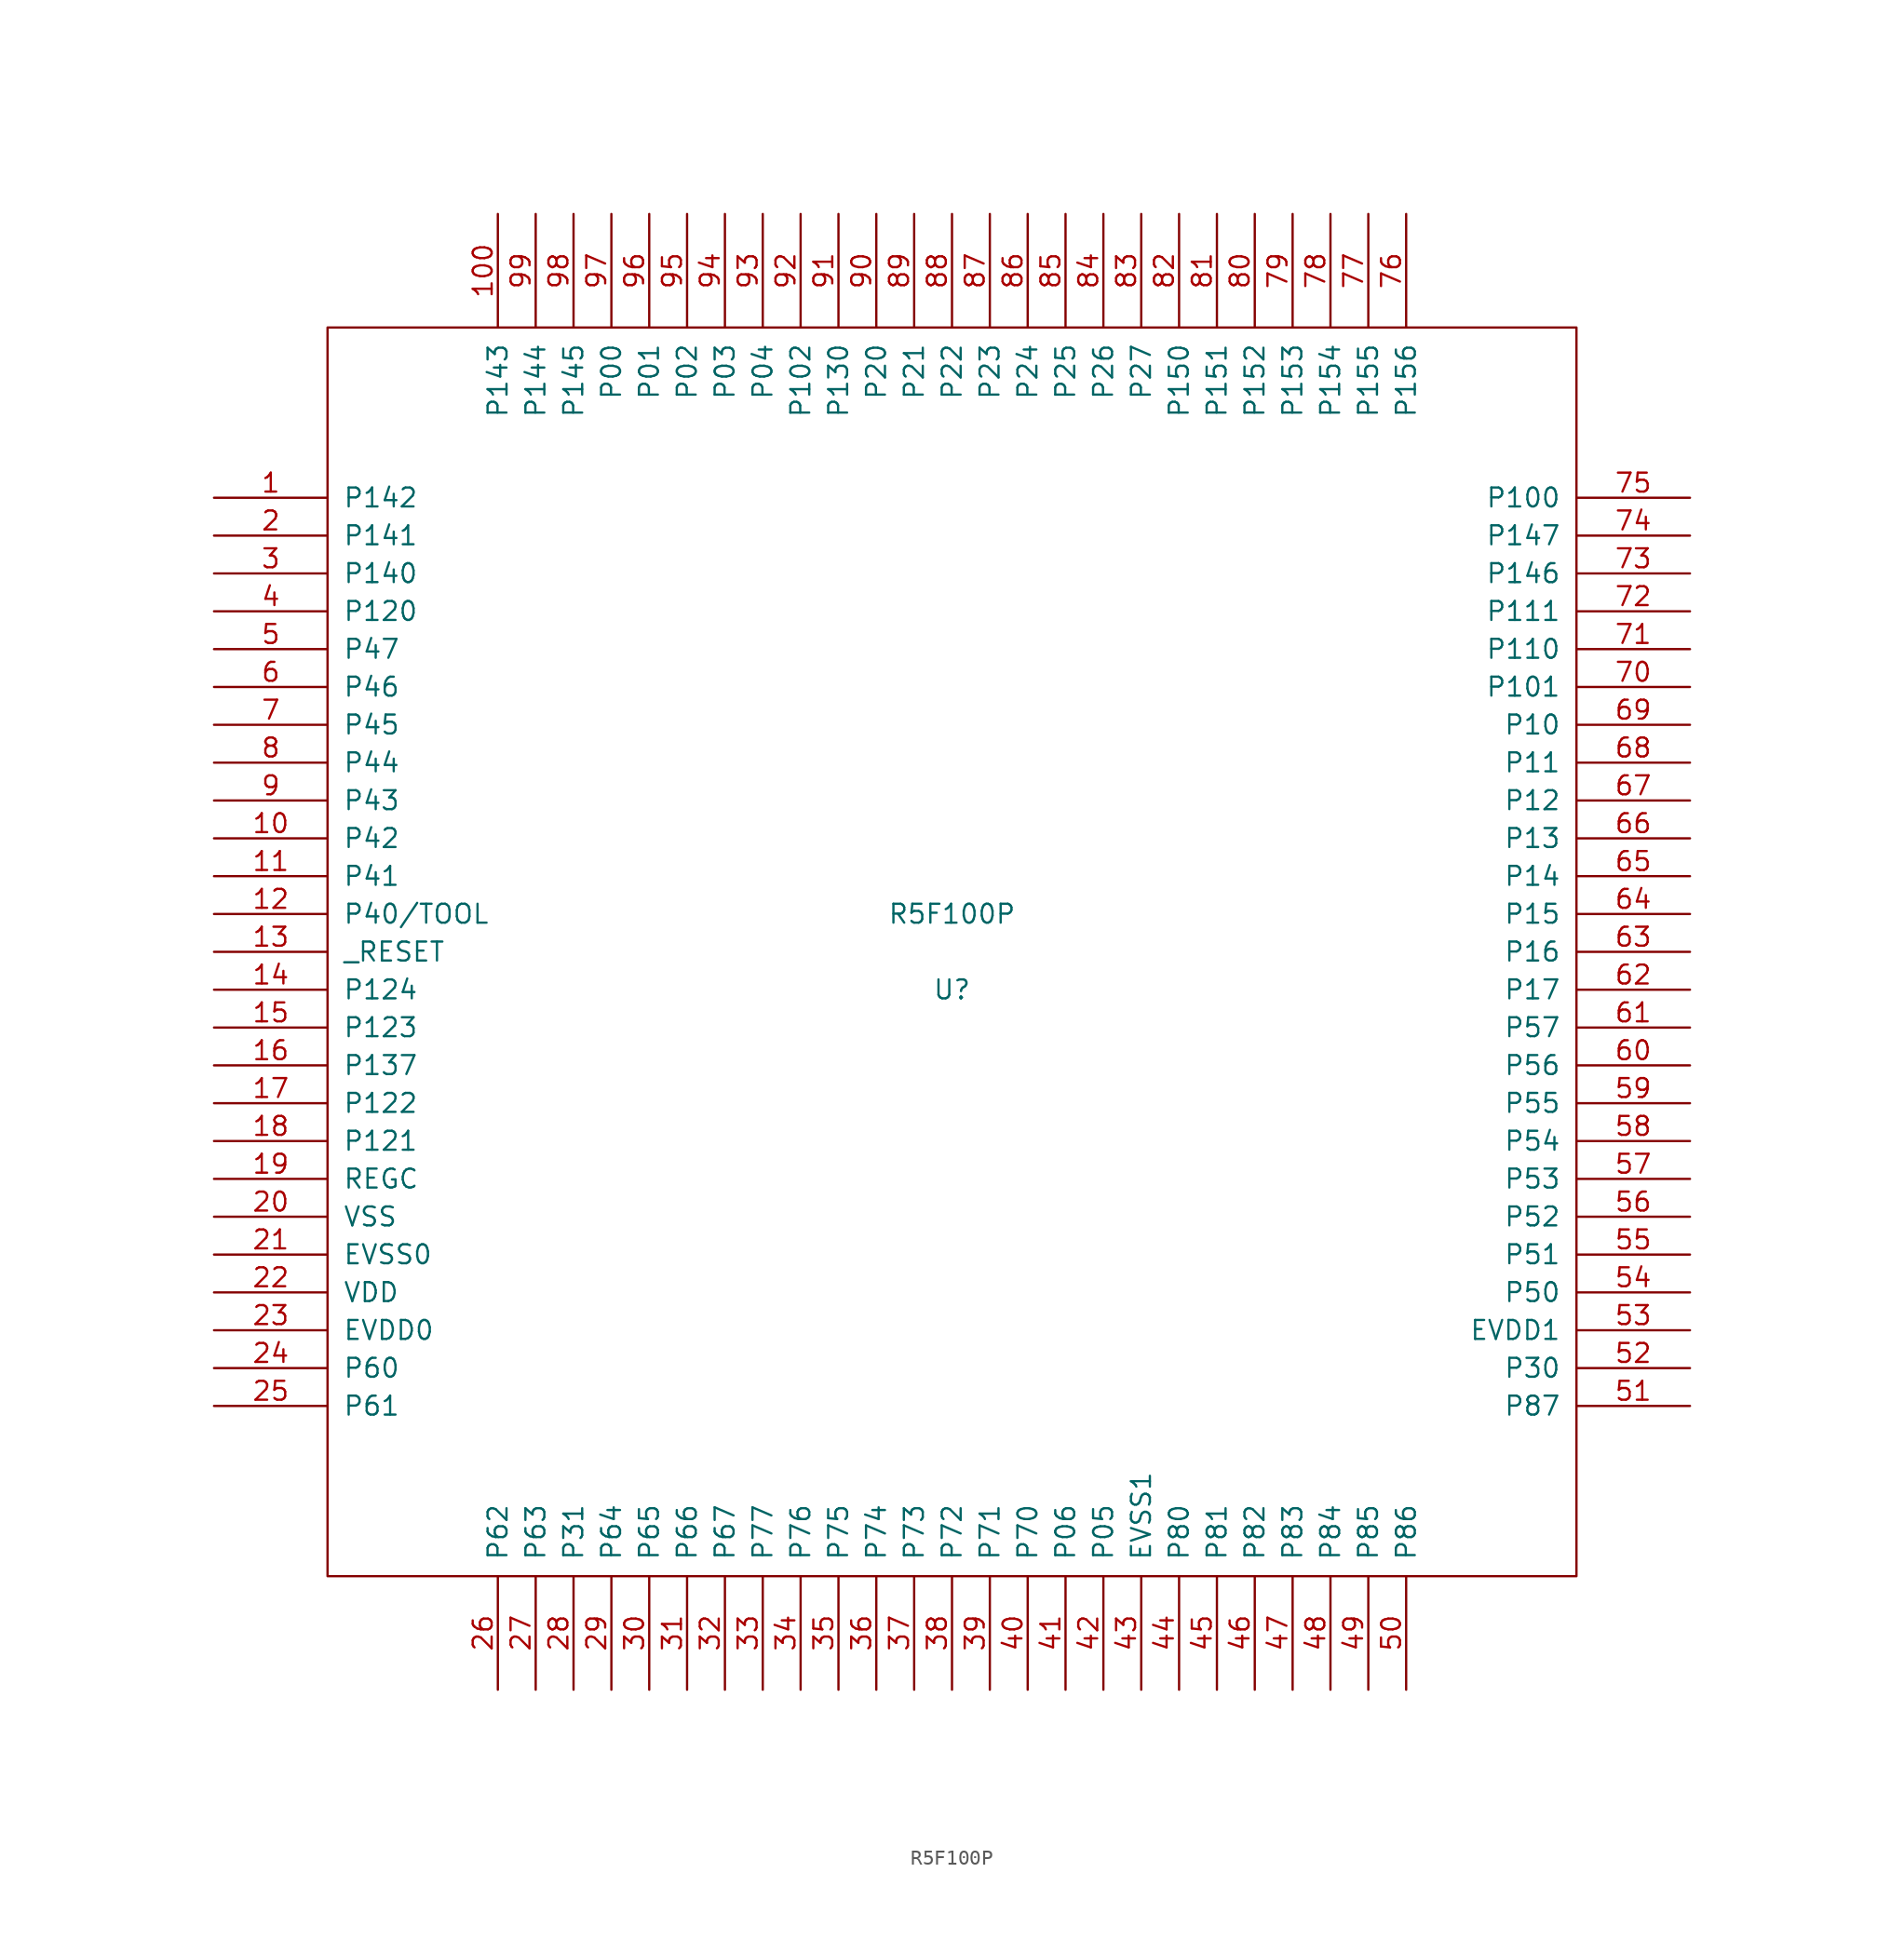
<source format=kicad_sym>
(kicad_symbol_lib
  (version 20211014)
  (generator kicad_symbol_editor)
  (symbol "R5F100P"
    (pin_names
      (offset 1.016))
    (property "Reference" "U"
      (at 0 -2.54 0)
      (effects (font (size 1.27 1.27))))
    (property "Value" "R5F100P"
      (at 0 2.54 0)
      (effects (font (size 1.27 1.27))))
    (symbol "R5F100P_1_0"
      (rectangle (start -41.91 -41.91) (end 41.91 41.91) (stroke (width 0) (type default) (color 0 0 0 0)) (fill (type none))))
    (symbol "R5F100P_1_1"
      (pin unspecified line (at -49.53 30.48 0) (length 7.62) (name "P142" (effects (font (size 1.27 1.27)))) (number "1" (effects (font (size 1.27 1.27)))))
      (pin unspecified line (at -49.53 7.62 0) (length 7.62) (name "P42" (effects (font (size 1.27 1.27)))) (number "10" (effects (font (size 1.27 1.27)))))
      (pin unspecified line (at -30.48 49.53 270) (length 7.62) (name "P143" (effects (font (size 1.27 1.27)))) (number "100" (effects (font (size 1.27 1.27)))))
      (pin unspecified line (at -49.53 5.08 0) (length 7.62) (name "P41" (effects (font (size 1.27 1.27)))) (number "11" (effects (font (size 1.27 1.27)))))
      (pin bidirectional line (at -49.53 2.54 0) (length 7.62) (name "P40/TOOL" (effects (font (size 1.27 1.27)))) (number "12" (effects (font (size 1.27 1.27)))))
      (pin input line (at -49.53 0 0) (length 7.62) (name "_RESET" (effects (font (size 1.27 1.27)))) (number "13" (effects (font (size 1.27 1.27)))))
      (pin unspecified line (at -49.53 -2.54 0) (length 7.62) (name "P124" (effects (font (size 1.27 1.27)))) (number "14" (effects (font (size 1.27 1.27)))))
      (pin unspecified line (at -49.53 -5.08 0) (length 7.62) (name "P123" (effects (font (size 1.27 1.27)))) (number "15" (effects (font (size 1.27 1.27)))))
      (pin unspecified line (at -49.53 -7.62 0) (length 7.62) (name "P137" (effects (font (size 1.27 1.27)))) (number "16" (effects (font (size 1.27 1.27)))))
      (pin unspecified line (at -49.53 -10.16 0) (length 7.62) (name "P122" (effects (font (size 1.27 1.27)))) (number "17" (effects (font (size 1.27 1.27)))))
      (pin unspecified line (at -49.53 -12.7 0) (length 7.62) (name "P121" (effects (font (size 1.27 1.27)))) (number "18" (effects (font (size 1.27 1.27)))))
      (pin power_out line (at -49.53 -15.24 0) (length 7.62) (name "REGC" (effects (font (size 1.27 1.27)))) (number "19" (effects (font (size 1.27 1.27)))))
      (pin unspecified line (at -49.53 27.94 0) (length 7.62) (name "P141" (effects (font (size 1.27 1.27)))) (number "2" (effects (font (size 1.27 1.27)))))
      (pin power_in line (at -49.53 -17.78 0) (length 7.62) (name "VSS" (effects (font (size 1.27 1.27)))) (number "20" (effects (font (size 1.27 1.27)))))
      (pin power_in line (at -49.53 -20.32 0) (length 7.62) (name "EVSS0" (effects (font (size 1.27 1.27)))) (number "21" (effects (font (size 1.27 1.27)))))
      (pin power_in line (at -49.53 -22.86 0) (length 7.62) (name "VDD" (effects (font (size 1.27 1.27)))) (number "22" (effects (font (size 1.27 1.27)))))
      (pin power_in line (at -49.53 -25.4 0) (length 7.62) (name "EVDD0" (effects (font (size 1.27 1.27)))) (number "23" (effects (font (size 1.27 1.27)))))
      (pin unspecified line (at -49.53 -27.94 0) (length 7.62) (name "P60" (effects (font (size 1.27 1.27)))) (number "24" (effects (font (size 1.27 1.27)))))
      (pin unspecified line (at -49.53 -30.48 0) (length 7.62) (name "P61" (effects (font (size 1.27 1.27)))) (number "25" (effects (font (size 1.27 1.27)))))
      (pin unspecified line (at -30.48 -49.53 90) (length 7.62) (name "P62" (effects (font (size 1.27 1.27)))) (number "26" (effects (font (size 1.27 1.27)))))
      (pin unspecified line (at -27.94 -49.53 90) (length 7.62) (name "P63" (effects (font (size 1.27 1.27)))) (number "27" (effects (font (size 1.27 1.27)))))
      (pin unspecified line (at -25.4 -49.53 90) (length 7.62) (name "P31" (effects (font (size 1.27 1.27)))) (number "28" (effects (font (size 1.27 1.27)))))
      (pin unspecified line (at -22.86 -49.53 90) (length 7.62) (name "P64" (effects (font (size 1.27 1.27)))) (number "29" (effects (font (size 1.27 1.27)))))
      (pin unspecified line (at -49.53 25.4 0) (length 7.62) (name "P140" (effects (font (size 1.27 1.27)))) (number "3" (effects (font (size 1.27 1.27)))))
      (pin unspecified line (at -20.32 -49.53 90) (length 7.62) (name "P65" (effects (font (size 1.27 1.27)))) (number "30" (effects (font (size 1.27 1.27)))))
      (pin unspecified line (at -17.78 -49.53 90) (length 7.62) (name "P66" (effects (font (size 1.27 1.27)))) (number "31" (effects (font (size 1.27 1.27)))))
      (pin unspecified line (at -15.24 -49.53 90) (length 7.62) (name "P67" (effects (font (size 1.27 1.27)))) (number "32" (effects (font (size 1.27 1.27)))))
      (pin unspecified line (at -12.7 -49.53 90) (length 7.62) (name "P77" (effects (font (size 1.27 1.27)))) (number "33" (effects (font (size 1.27 1.27)))))
      (pin unspecified line (at -10.16 -49.53 90) (length 7.62) (name "P76" (effects (font (size 1.27 1.27)))) (number "34" (effects (font (size 1.27 1.27)))))
      (pin unspecified line (at -7.62 -49.53 90) (length 7.62) (name "P75" (effects (font (size 1.27 1.27)))) (number "35" (effects (font (size 1.27 1.27)))))
      (pin unspecified line (at -5.08 -49.53 90) (length 7.62) (name "P74" (effects (font (size 1.27 1.27)))) (number "36" (effects (font (size 1.27 1.27)))))
      (pin unspecified line (at -2.54 -49.53 90) (length 7.62) (name "P73" (effects (font (size 1.27 1.27)))) (number "37" (effects (font (size 1.27 1.27)))))
      (pin unspecified line (at 0 -49.53 90) (length 7.62) (name "P72" (effects (font (size 1.27 1.27)))) (number "38" (effects (font (size 1.27 1.27)))))
      (pin unspecified line (at 2.54 -49.53 90) (length 7.62) (name "P71" (effects (font (size 1.27 1.27)))) (number "39" (effects (font (size 1.27 1.27)))))
      (pin unspecified line (at -49.53 22.86 0) (length 7.62) (name "P120" (effects (font (size 1.27 1.27)))) (number "4" (effects (font (size 1.27 1.27)))))
      (pin unspecified line (at 5.08 -49.53 90) (length 7.62) (name "P70" (effects (font (size 1.27 1.27)))) (number "40" (effects (font (size 1.27 1.27)))))
      (pin unspecified line (at 7.62 -49.53 90) (length 7.62) (name "P06" (effects (font (size 1.27 1.27)))) (number "41" (effects (font (size 1.27 1.27)))))
      (pin unspecified line (at 10.16 -49.53 90) (length 7.62) (name "P05" (effects (font (size 1.27 1.27)))) (number "42" (effects (font (size 1.27 1.27)))))
      (pin unspecified line (at 12.7 -49.53 90) (length 7.62) (name "EVSS1" (effects (font (size 1.27 1.27)))) (number "43" (effects (font (size 1.27 1.27)))))
      (pin unspecified line (at 15.24 -49.53 90) (length 7.62) (name "P80" (effects (font (size 1.27 1.27)))) (number "44" (effects (font (size 1.27 1.27)))))
      (pin unspecified line (at 17.78 -49.53 90) (length 7.62) (name "P81" (effects (font (size 1.27 1.27)))) (number "45" (effects (font (size 1.27 1.27)))))
      (pin unspecified line (at 20.32 -49.53 90) (length 7.62) (name "P82" (effects (font (size 1.27 1.27)))) (number "46" (effects (font (size 1.27 1.27)))))
      (pin unspecified line (at 22.86 -49.53 90) (length 7.62) (name "P83" (effects (font (size 1.27 1.27)))) (number "47" (effects (font (size 1.27 1.27)))))
      (pin unspecified line (at 25.4 -49.53 90) (length 7.62) (name "P84" (effects (font (size 1.27 1.27)))) (number "48" (effects (font (size 1.27 1.27)))))
      (pin unspecified line (at 27.94 -49.53 90) (length 7.62) (name "P85" (effects (font (size 1.27 1.27)))) (number "49" (effects (font (size 1.27 1.27)))))
      (pin unspecified line (at -49.53 20.32 0) (length 7.62) (name "P47" (effects (font (size 1.27 1.27)))) (number "5" (effects (font (size 1.27 1.27)))))
      (pin unspecified line (at 30.48 -49.53 90) (length 7.62) (name "P86" (effects (font (size 1.27 1.27)))) (number "50" (effects (font (size 1.27 1.27)))))
      (pin unspecified line (at 49.53 -30.48 180) (length 7.62) (name "P87" (effects (font (size 1.27 1.27)))) (number "51" (effects (font (size 1.27 1.27)))))
      (pin unspecified line (at 49.53 -27.94 180) (length 7.62) (name "P30" (effects (font (size 1.27 1.27)))) (number "52" (effects (font (size 1.27 1.27)))))
      (pin unspecified line (at 49.53 -25.4 180) (length 7.62) (name "EVDD1" (effects (font (size 1.27 1.27)))) (number "53" (effects (font (size 1.27 1.27)))))
      (pin unspecified line (at 49.53 -22.86 180) (length 7.62) (name "P50" (effects (font (size 1.27 1.27)))) (number "54" (effects (font (size 1.27 1.27)))))
      (pin unspecified line (at 49.53 -20.32 180) (length 7.62) (name "P51" (effects (font (size 1.27 1.27)))) (number "55" (effects (font (size 1.27 1.27)))))
      (pin unspecified line (at 49.53 -17.78 180) (length 7.62) (name "P52" (effects (font (size 1.27 1.27)))) (number "56" (effects (font (size 1.27 1.27)))))
      (pin unspecified line (at 49.53 -15.24 180) (length 7.62) (name "P53" (effects (font (size 1.27 1.27)))) (number "57" (effects (font (size 1.27 1.27)))))
      (pin unspecified line (at 49.53 -12.7 180) (length 7.62) (name "P54" (effects (font (size 1.27 1.27)))) (number "58" (effects (font (size 1.27 1.27)))))
      (pin unspecified line (at 49.53 -10.16 180) (length 7.62) (name "P55" (effects (font (size 1.27 1.27)))) (number "59" (effects (font (size 1.27 1.27)))))
      (pin unspecified line (at -49.53 17.78 0) (length 7.62) (name "P46" (effects (font (size 1.27 1.27)))) (number "6" (effects (font (size 1.27 1.27)))))
      (pin unspecified line (at 49.53 -7.62 180) (length 7.62) (name "P56" (effects (font (size 1.27 1.27)))) (number "60" (effects (font (size 1.27 1.27)))))
      (pin unspecified line (at 49.53 -5.08 180) (length 7.62) (name "P57" (effects (font (size 1.27 1.27)))) (number "61" (effects (font (size 1.27 1.27)))))
      (pin unspecified line (at 49.53 -2.54 180) (length 7.62) (name "P17" (effects (font (size 1.27 1.27)))) (number "62" (effects (font (size 1.27 1.27)))))
      (pin unspecified line (at 49.53 0 180) (length 7.62) (name "P16" (effects (font (size 1.27 1.27)))) (number "63" (effects (font (size 1.27 1.27)))))
      (pin unspecified line (at 49.53 2.54 180) (length 7.62) (name "P15" (effects (font (size 1.27 1.27)))) (number "64" (effects (font (size 1.27 1.27)))))
      (pin unspecified line (at 49.53 5.08 180) (length 7.62) (name "P14" (effects (font (size 1.27 1.27)))) (number "65" (effects (font (size 1.27 1.27)))))
      (pin unspecified line (at 49.53 7.62 180) (length 7.62) (name "P13" (effects (font (size 1.27 1.27)))) (number "66" (effects (font (size 1.27 1.27)))))
      (pin unspecified line (at 49.53 10.16 180) (length 7.62) (name "P12" (effects (font (size 1.27 1.27)))) (number "67" (effects (font (size 1.27 1.27)))))
      (pin unspecified line (at 49.53 12.7 180) (length 7.62) (name "P11" (effects (font (size 1.27 1.27)))) (number "68" (effects (font (size 1.27 1.27)))))
      (pin unspecified line (at 49.53 15.24 180) (length 7.62) (name "P10" (effects (font (size 1.27 1.27)))) (number "69" (effects (font (size 1.27 1.27)))))
      (pin unspecified line (at -49.53 15.24 0) (length 7.62) (name "P45" (effects (font (size 1.27 1.27)))) (number "7" (effects (font (size 1.27 1.27)))))
      (pin unspecified line (at 49.53 17.78 180) (length 7.62) (name "P101" (effects (font (size 1.27 1.27)))) (number "70" (effects (font (size 1.27 1.27)))))
      (pin unspecified line (at 49.53 20.32 180) (length 7.62) (name "P110" (effects (font (size 1.27 1.27)))) (number "71" (effects (font (size 1.27 1.27)))))
      (pin unspecified line (at 49.53 22.86 180) (length 7.62) (name "P111" (effects (font (size 1.27 1.27)))) (number "72" (effects (font (size 1.27 1.27)))))
      (pin unspecified line (at 49.53 25.4 180) (length 7.62) (name "P146" (effects (font (size 1.27 1.27)))) (number "73" (effects (font (size 1.27 1.27)))))
      (pin unspecified line (at 49.53 27.94 180) (length 7.62) (name "P147" (effects (font (size 1.27 1.27)))) (number "74" (effects (font (size 1.27 1.27)))))
      (pin unspecified line (at 49.53 30.48 180) (length 7.62) (name "P100" (effects (font (size 1.27 1.27)))) (number "75" (effects (font (size 1.27 1.27)))))
      (pin unspecified line (at 30.48 49.53 270) (length 7.62) (name "P156" (effects (font (size 1.27 1.27)))) (number "76" (effects (font (size 1.27 1.27)))))
      (pin unspecified line (at 27.94 49.53 270) (length 7.62) (name "P155" (effects (font (size 1.27 1.27)))) (number "77" (effects (font (size 1.27 1.27)))))
      (pin unspecified line (at 25.4 49.53 270) (length 7.62) (name "P154" (effects (font (size 1.27 1.27)))) (number "78" (effects (font (size 1.27 1.27)))))
      (pin unspecified line (at 22.86 49.53 270) (length 7.62) (name "P153" (effects (font (size 1.27 1.27)))) (number "79" (effects (font (size 1.27 1.27)))))
      (pin unspecified line (at -49.53 12.7 0) (length 7.62) (name "P44" (effects (font (size 1.27 1.27)))) (number "8" (effects (font (size 1.27 1.27)))))
      (pin unspecified line (at 20.32 49.53 270) (length 7.62) (name "P152" (effects (font (size 1.27 1.27)))) (number "80" (effects (font (size 1.27 1.27)))))
      (pin unspecified line (at 17.78 49.53 270) (length 7.62) (name "P151" (effects (font (size 1.27 1.27)))) (number "81" (effects (font (size 1.27 1.27)))))
      (pin unspecified line (at 15.24 49.53 270) (length 7.62) (name "P150" (effects (font (size 1.27 1.27)))) (number "82" (effects (font (size 1.27 1.27)))))
      (pin unspecified line (at 12.7 49.53 270) (length 7.62) (name "P27" (effects (font (size 1.27 1.27)))) (number "83" (effects (font (size 1.27 1.27)))))
      (pin unspecified line (at 10.16 49.53 270) (length 7.62) (name "P26" (effects (font (size 1.27 1.27)))) (number "84" (effects (font (size 1.27 1.27)))))
      (pin unspecified line (at 7.62 49.53 270) (length 7.62) (name "P25" (effects (font (size 1.27 1.27)))) (number "85" (effects (font (size 1.27 1.27)))))
      (pin unspecified line (at 5.08 49.53 270) (length 7.62) (name "P24" (effects (font (size 1.27 1.27)))) (number "86" (effects (font (size 1.27 1.27)))))
      (pin unspecified line (at 2.54 49.53 270) (length 7.62) (name "P23" (effects (font (size 1.27 1.27)))) (number "87" (effects (font (size 1.27 1.27)))))
      (pin unspecified line (at 0 49.53 270) (length 7.62) (name "P22" (effects (font (size 1.27 1.27)))) (number "88" (effects (font (size 1.27 1.27)))))
      (pin unspecified line (at -2.54 49.53 270) (length 7.62) (name "P21" (effects (font (size 1.27 1.27)))) (number "89" (effects (font (size 1.27 1.27)))))
      (pin unspecified line (at -49.53 10.16 0) (length 7.62) (name "P43" (effects (font (size 1.27 1.27)))) (number "9" (effects (font (size 1.27 1.27)))))
      (pin unspecified line (at -5.08 49.53 270) (length 7.62) (name "P20" (effects (font (size 1.27 1.27)))) (number "90" (effects (font (size 1.27 1.27)))))
      (pin unspecified line (at -7.62 49.53 270) (length 7.62) (name "P130" (effects (font (size 1.27 1.27)))) (number "91" (effects (font (size 1.27 1.27)))))
      (pin unspecified line (at -10.16 49.53 270) (length 7.62) (name "P102" (effects (font (size 1.27 1.27)))) (number "92" (effects (font (size 1.27 1.27)))))
      (pin unspecified line (at -12.7 49.53 270) (length 7.62) (name "P04" (effects (font (size 1.27 1.27)))) (number "93" (effects (font (size 1.27 1.27)))))
      (pin unspecified line (at -15.24 49.53 270) (length 7.62) (name "P03" (effects (font (size 1.27 1.27)))) (number "94" (effects (font (size 1.27 1.27)))))
      (pin unspecified line (at -17.78 49.53 270) (length 7.62) (name "P02" (effects (font (size 1.27 1.27)))) (number "95" (effects (font (size 1.27 1.27)))))
      (pin unspecified line (at -20.32 49.53 270) (length 7.62) (name "P01" (effects (font (size 1.27 1.27)))) (number "96" (effects (font (size 1.27 1.27)))))
      (pin unspecified line (at -22.86 49.53 270) (length 7.62) (name "P00" (effects (font (size 1.27 1.27)))) (number "97" (effects (font (size 1.27 1.27)))))
      (pin unspecified line (at -25.4 49.53 270) (length 7.62) (name "P145" (effects (font (size 1.27 1.27)))) (number "98" (effects (font (size 1.27 1.27)))))
      (pin unspecified line (at -27.94 49.53 270) (length 7.62) (name "P144" (effects (font (size 1.27 1.27)))) (number "99" (effects (font (size 1.27 1.27))))))))
</source>
